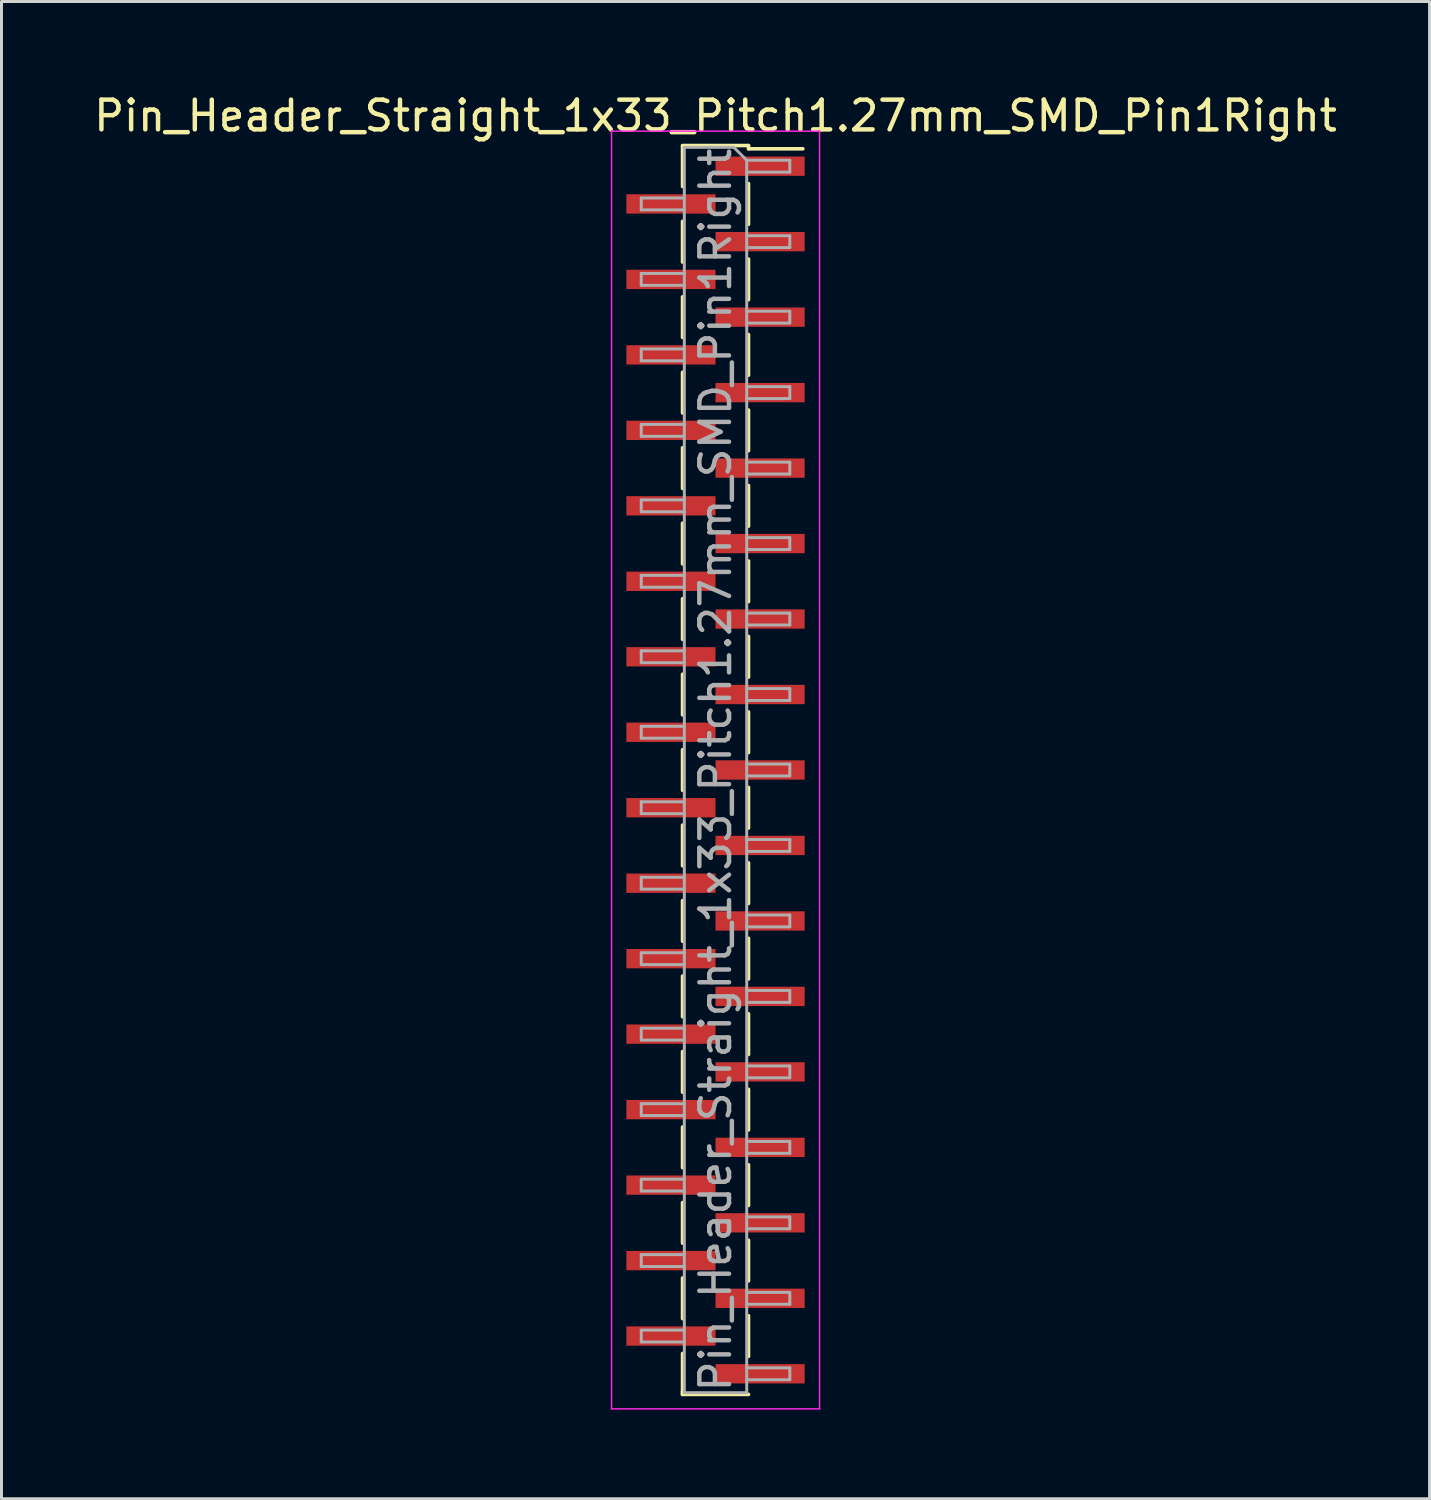
<source format=kicad_pcb>
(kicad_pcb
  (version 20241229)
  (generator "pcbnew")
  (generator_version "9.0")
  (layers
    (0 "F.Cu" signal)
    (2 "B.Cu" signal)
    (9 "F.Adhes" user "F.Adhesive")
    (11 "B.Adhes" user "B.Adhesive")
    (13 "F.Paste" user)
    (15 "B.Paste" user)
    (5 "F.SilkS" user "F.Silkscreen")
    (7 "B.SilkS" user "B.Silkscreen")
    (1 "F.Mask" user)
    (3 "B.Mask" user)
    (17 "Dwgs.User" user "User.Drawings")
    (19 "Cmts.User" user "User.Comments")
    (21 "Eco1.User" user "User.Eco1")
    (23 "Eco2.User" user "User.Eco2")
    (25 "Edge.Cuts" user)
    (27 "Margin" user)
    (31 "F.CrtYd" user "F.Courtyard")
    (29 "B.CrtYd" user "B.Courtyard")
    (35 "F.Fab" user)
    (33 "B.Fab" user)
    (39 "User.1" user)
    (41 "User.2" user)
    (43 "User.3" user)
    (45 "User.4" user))
  (footprint "Pin_Header_Straight_1x33_Pitch1.27mm_SMD_Pin1Right"
    (layer "F.Cu")
    (at 21.03 22.863)
    (property "Reference" "Pin_Header_Straight_1x33_Pitch1.27mm_SMD_Pin1Right" (at 0 -22.015 0) (layer "F.SilkS") (effects (font (size 1 1) (thickness 0.15))))
    (attr smd)
    (fp_line (start -1.11 -21.015) (end 1.11 -21.015) (stroke (width 0.12) (type solid)) (layer "F.SilkS"))
    (fp_line (start -1.11 -21.005) (end -1.11 -19.635) (stroke (width 0.12) (type solid)) (layer "F.SilkS"))
    (fp_line (start -1.11 -18.465) (end -1.11 -17.095) (stroke (width 0.12) (type solid)) (layer "F.SilkS"))
    (fp_line (start -1.11 -15.925) (end -1.11 -14.555) (stroke (width 0.12) (type solid)) (layer "F.SilkS"))
    (fp_line (start -1.11 -13.385) (end -1.11 -12.015) (stroke (width 0.12) (type solid)) (layer "F.SilkS"))
    (fp_line (start -1.11 -10.845) (end -1.11 -9.475) (stroke (width 0.12) (type solid)) (layer "F.SilkS"))
    (fp_line (start -1.11 -8.305) (end -1.11 -6.935) (stroke (width 0.12) (type solid)) (layer "F.SilkS"))
    (fp_line (start -1.11 -5.765) (end -1.11 -4.395) (stroke (width 0.12) (type solid)) (layer "F.SilkS"))
    (fp_line (start -1.11 -3.225) (end -1.11 -1.855) (stroke (width 0.12) (type solid)) (layer "F.SilkS"))
    (fp_line (start -1.11 -0.685) (end -1.11 0.685) (stroke (width 0.12) (type solid)) (layer "F.SilkS"))
    (fp_line (start -1.11 1.855) (end -1.11 3.225) (stroke (width 0.12) (type solid)) (layer "F.SilkS"))
    (fp_line (start -1.11 4.395) (end -1.11 5.765) (stroke (width 0.12) (type solid)) (layer "F.SilkS"))
    (fp_line (start -1.11 6.935) (end -1.11 8.305) (stroke (width 0.12) (type solid)) (layer "F.SilkS"))
    (fp_line (start -1.11 9.475) (end -1.11 10.845) (stroke (width 0.12) (type solid)) (layer "F.SilkS"))
    (fp_line (start -1.11 12.015) (end -1.11 13.385) (stroke (width 0.12) (type solid)) (layer "F.SilkS"))
    (fp_line (start -1.11 14.555) (end -1.11 15.925) (stroke (width 0.12) (type solid)) (layer "F.SilkS"))
    (fp_line (start -1.11 17.095) (end -1.11 18.465) (stroke (width 0.12) (type solid)) (layer "F.SilkS"))
    (fp_line (start -1.11 19.635) (end -1.11 21.005) (stroke (width 0.12) (type solid)) (layer "F.SilkS"))
    (fp_line (start -1.11 20.905) (end -1.11 21.015) (stroke (width 0.12) (type solid)) (layer "F.SilkS"))
    (fp_line (start -1.11 21.015) (end 1.11 21.015) (stroke (width 0.12) (type solid)) (layer "F.SilkS"))
    (fp_line (start 1.11 -21.015) (end 1.11 -20.905) (stroke (width 0.12) (type solid)) (layer "F.SilkS"))
    (fp_line (start 1.11 -20.905) (end 2.94 -20.905) (stroke (width 0.12) (type solid)) (layer "F.SilkS"))
    (fp_line (start 1.11 -19.735) (end 1.11 -18.365) (stroke (width 0.12) (type solid)) (layer "F.SilkS"))
    (fp_line (start 1.11 -17.195) (end 1.11 -15.825) (stroke (width 0.12) (type solid)) (layer "F.SilkS"))
    (fp_line (start 1.11 -14.655) (end 1.11 -13.285) (stroke (width 0.12) (type solid)) (layer "F.SilkS"))
    (fp_line (start 1.11 -12.115) (end 1.11 -10.745) (stroke (width 0.12) (type solid)) (layer "F.SilkS"))
    (fp_line (start 1.11 -9.575) (end 1.11 -8.205) (stroke (width 0.12) (type solid)) (layer "F.SilkS"))
    (fp_line (start 1.11 -7.035) (end 1.11 -5.665) (stroke (width 0.12) (type solid)) (layer "F.SilkS"))
    (fp_line (start 1.11 -4.495) (end 1.11 -3.125) (stroke (width 0.12) (type solid)) (layer "F.SilkS"))
    (fp_line (start 1.11 -1.955) (end 1.11 -0.585) (stroke (width 0.12) (type solid)) (layer "F.SilkS"))
    (fp_line (start 1.11 0.585) (end 1.11 1.955) (stroke (width 0.12) (type solid)) (layer "F.SilkS"))
    (fp_line (start 1.11 3.125) (end 1.11 4.495) (stroke (width 0.12) (type solid)) (layer "F.SilkS"))
    (fp_line (start 1.11 5.665) (end 1.11 7.035) (stroke (width 0.12) (type solid)) (layer "F.SilkS"))
    (fp_line (start 1.11 8.205) (end 1.11 9.575) (stroke (width 0.12) (type solid)) (layer "F.SilkS"))
    (fp_line (start 1.11 10.745) (end 1.11 12.115) (stroke (width 0.12) (type solid)) (layer "F.SilkS"))
    (fp_line (start 1.11 13.285) (end 1.11 14.655) (stroke (width 0.12) (type solid)) (layer "F.SilkS"))
    (fp_line (start 1.11 15.825) (end 1.11 17.195) (stroke (width 0.12) (type solid)) (layer "F.SilkS"))
    (fp_line (start 1.11 18.365) (end 1.11 19.735) (stroke (width 0.12) (type solid)) (layer "F.SilkS"))
    (fp_line (start -3.5 -21.5) (end -3.5 21.5) (stroke (width 0.05) (type solid)) (layer "F.CrtYd"))
    (fp_line (start -3.5 21.5) (end 3.5 21.5) (stroke (width 0.05) (type solid)) (layer "F.CrtYd"))
    (fp_line (start 3.5 -21.5) (end -3.5 -21.5) (stroke (width 0.05) (type solid)) (layer "F.CrtYd"))
    (fp_line (start 3.5 21.5) (end 3.5 -21.5) (stroke (width 0.05) (type solid)) (layer "F.CrtYd"))
    (fp_line (start -2.5 -19.25) (end -2.5 -18.85) (stroke (width 0.1) (type solid)) (layer "F.Fab"))
    (fp_line (start -2.5 -18.85) (end -1.05 -18.85) (stroke (width 0.1) (type solid)) (layer "F.Fab"))
    (fp_line (start -2.5 -16.71) (end -2.5 -16.31) (stroke (width 0.1) (type solid)) (layer "F.Fab"))
    (fp_line (start -2.5 -16.31) (end -1.05 -16.31) (stroke (width 0.1) (type solid)) (layer "F.Fab"))
    (fp_line (start -2.5 -14.17) (end -2.5 -13.77) (stroke (width 0.1) (type solid)) (layer "F.Fab"))
    (fp_line (start -2.5 -13.77) (end -1.05 -13.77) (stroke (width 0.1) (type solid)) (layer "F.Fab"))
    (fp_line (start -2.5 -11.63) (end -2.5 -11.23) (stroke (width 0.1) (type solid)) (layer "F.Fab"))
    (fp_line (start -2.5 -11.23) (end -1.05 -11.23) (stroke (width 0.1) (type solid)) (layer "F.Fab"))
    (fp_line (start -2.5 -9.09) (end -2.5 -8.69) (stroke (width 0.1) (type solid)) (layer "F.Fab"))
    (fp_line (start -2.5 -8.69) (end -1.05 -8.69) (stroke (width 0.1) (type solid)) (layer "F.Fab"))
    (fp_line (start -2.5 -6.55) (end -2.5 -6.15) (stroke (width 0.1) (type solid)) (layer "F.Fab"))
    (fp_line (start -2.5 -6.15) (end -1.05 -6.15) (stroke (width 0.1) (type solid)) (layer "F.Fab"))
    (fp_line (start -2.5 -4.01) (end -2.5 -3.61) (stroke (width 0.1) (type solid)) (layer "F.Fab"))
    (fp_line (start -2.5 -3.61) (end -1.05 -3.61) (stroke (width 0.1) (type solid)) (layer "F.Fab"))
    (fp_line (start -2.5 -1.47) (end -2.5 -1.07) (stroke (width 0.1) (type solid)) (layer "F.Fab"))
    (fp_line (start -2.5 -1.07) (end -1.05 -1.07) (stroke (width 0.1) (type solid)) (layer "F.Fab"))
    (fp_line (start -2.5 1.07) (end -2.5 1.47) (stroke (width 0.1) (type solid)) (layer "F.Fab"))
    (fp_line (start -2.5 1.47) (end -1.05 1.47) (stroke (width 0.1) (type solid)) (layer "F.Fab"))
    (fp_line (start -2.5 3.61) (end -2.5 4.01) (stroke (width 0.1) (type solid)) (layer "F.Fab"))
    (fp_line (start -2.5 4.01) (end -1.05 4.01) (stroke (width 0.1) (type solid)) (layer "F.Fab"))
    (fp_line (start -2.5 6.15) (end -2.5 6.55) (stroke (width 0.1) (type solid)) (layer "F.Fab"))
    (fp_line (start -2.5 6.55) (end -1.05 6.55) (stroke (width 0.1) (type solid)) (layer "F.Fab"))
    (fp_line (start -2.5 8.69) (end -2.5 9.09) (stroke (width 0.1) (type solid)) (layer "F.Fab"))
    (fp_line (start -2.5 9.09) (end -1.05 9.09) (stroke (width 0.1) (type solid)) (layer "F.Fab"))
    (fp_line (start -2.5 11.23) (end -2.5 11.63) (stroke (width 0.1) (type solid)) (layer "F.Fab"))
    (fp_line (start -2.5 11.63) (end -1.05 11.63) (stroke (width 0.1) (type solid)) (layer "F.Fab"))
    (fp_line (start -2.5 13.77) (end -2.5 14.17) (stroke (width 0.1) (type solid)) (layer "F.Fab"))
    (fp_line (start -2.5 14.17) (end -1.05 14.17) (stroke (width 0.1) (type solid)) (layer "F.Fab"))
    (fp_line (start -2.5 16.31) (end -2.5 16.71) (stroke (width 0.1) (type solid)) (layer "F.Fab"))
    (fp_line (start -2.5 16.71) (end -1.05 16.71) (stroke (width 0.1) (type solid)) (layer "F.Fab"))
    (fp_line (start -2.5 18.85) (end -2.5 19.25) (stroke (width 0.1) (type solid)) (layer "F.Fab"))
    (fp_line (start -2.5 19.25) (end -1.05 19.25) (stroke (width 0.1) (type solid)) (layer "F.Fab"))
    (fp_line (start -1.05 -20.955) (end -1.05 20.955) (stroke (width 0.1) (type solid)) (layer "F.Fab"))
    (fp_line (start -1.05 -20.955) (end 0.615 -20.955) (stroke (width 0.1) (type solid)) (layer "F.Fab"))
    (fp_line (start -1.05 -19.25) (end -2.5 -19.25) (stroke (width 0.1) (type solid)) (layer "F.Fab"))
    (fp_line (start -1.05 -16.71) (end -2.5 -16.71) (stroke (width 0.1) (type solid)) (layer "F.Fab"))
    (fp_line (start -1.05 -14.17) (end -2.5 -14.17) (stroke (width 0.1) (type solid)) (layer "F.Fab"))
    (fp_line (start -1.05 -11.63) (end -2.5 -11.63) (stroke (width 0.1) (type solid)) (layer "F.Fab"))
    (fp_line (start -1.05 -9.09) (end -2.5 -9.09) (stroke (width 0.1) (type solid)) (layer "F.Fab"))
    (fp_line (start -1.05 -6.55) (end -2.5 -6.55) (stroke (width 0.1) (type solid)) (layer "F.Fab"))
    (fp_line (start -1.05 -4.01) (end -2.5 -4.01) (stroke (width 0.1) (type solid)) (layer "F.Fab"))
    (fp_line (start -1.05 -1.47) (end -2.5 -1.47) (stroke (width 0.1) (type solid)) (layer "F.Fab"))
    (fp_line (start -1.05 1.07) (end -2.5 1.07) (stroke (width 0.1) (type solid)) (layer "F.Fab"))
    (fp_line (start -1.05 3.61) (end -2.5 3.61) (stroke (width 0.1) (type solid)) (layer "F.Fab"))
    (fp_line (start -1.05 6.15) (end -2.5 6.15) (stroke (width 0.1) (type solid)) (layer "F.Fab"))
    (fp_line (start -1.05 8.69) (end -2.5 8.69) (stroke (width 0.1) (type solid)) (layer "F.Fab"))
    (fp_line (start -1.05 11.23) (end -2.5 11.23) (stroke (width 0.1) (type solid)) (layer "F.Fab"))
    (fp_line (start -1.05 13.77) (end -2.5 13.77) (stroke (width 0.1) (type solid)) (layer "F.Fab"))
    (fp_line (start -1.05 16.31) (end -2.5 16.31) (stroke (width 0.1) (type solid)) (layer "F.Fab"))
    (fp_line (start -1.05 18.85) (end -2.5 18.85) (stroke (width 0.1) (type solid)) (layer "F.Fab"))
    (fp_line (start 1.05 -20.52) (end 0.615 -20.955) (stroke (width 0.1) (type solid)) (layer "F.Fab"))
    (fp_line (start 1.05 -20.52) (end 2.5 -20.52) (stroke (width 0.1) (type solid)) (layer "F.Fab"))
    (fp_line (start 1.05 -17.98) (end 2.5 -17.98) (stroke (width 0.1) (type solid)) (layer "F.Fab"))
    (fp_line (start 1.05 -15.44) (end 2.5 -15.44) (stroke (width 0.1) (type solid)) (layer "F.Fab"))
    (fp_line (start 1.05 -12.9) (end 2.5 -12.9) (stroke (width 0.1) (type solid)) (layer "F.Fab"))
    (fp_line (start 1.05 -10.36) (end 2.5 -10.36) (stroke (width 0.1) (type solid)) (layer "F.Fab"))
    (fp_line (start 1.05 -7.82) (end 2.5 -7.82) (stroke (width 0.1) (type solid)) (layer "F.Fab"))
    (fp_line (start 1.05 -5.28) (end 2.5 -5.28) (stroke (width 0.1) (type solid)) (layer "F.Fab"))
    (fp_line (start 1.05 -2.74) (end 2.5 -2.74) (stroke (width 0.1) (type solid)) (layer "F.Fab"))
    (fp_line (start 1.05 -0.2) (end 2.5 -0.2) (stroke (width 0.1) (type solid)) (layer "F.Fab"))
    (fp_line (start 1.05 2.34) (end 2.5 2.34) (stroke (width 0.1) (type solid)) (layer "F.Fab"))
    (fp_line (start 1.05 4.88) (end 2.5 4.88) (stroke (width 0.1) (type solid)) (layer "F.Fab"))
    (fp_line (start 1.05 7.42) (end 2.5 7.42) (stroke (width 0.1) (type solid)) (layer "F.Fab"))
    (fp_line (start 1.05 9.96) (end 2.5 9.96) (stroke (width 0.1) (type solid)) (layer "F.Fab"))
    (fp_line (start 1.05 12.5) (end 2.5 12.5) (stroke (width 0.1) (type solid)) (layer "F.Fab"))
    (fp_line (start 1.05 15.04) (end 2.5 15.04) (stroke (width 0.1) (type solid)) (layer "F.Fab"))
    (fp_line (start 1.05 17.58) (end 2.5 17.58) (stroke (width 0.1) (type solid)) (layer "F.Fab"))
    (fp_line (start 1.05 20.12) (end 2.5 20.12) (stroke (width 0.1) (type solid)) (layer "F.Fab"))
    (fp_line (start 1.05 20.955) (end -1.05 20.955) (stroke (width 0.1) (type solid)) (layer "F.Fab"))
    (fp_line (start 1.05 20.955) (end 1.05 -20.52) (stroke (width 0.1) (type solid)) (layer "F.Fab"))
    (fp_line (start 2.5 -20.52) (end 2.5 -20.12) (stroke (width 0.1) (type solid)) (layer "F.Fab"))
    (fp_line (start 2.5 -20.12) (end 1.05 -20.12) (stroke (width 0.1) (type solid)) (layer "F.Fab"))
    (fp_line (start 2.5 -17.98) (end 2.5 -17.58) (stroke (width 0.1) (type solid)) (layer "F.Fab"))
    (fp_line (start 2.5 -17.58) (end 1.05 -17.58) (stroke (width 0.1) (type solid)) (layer "F.Fab"))
    (fp_line (start 2.5 -15.44) (end 2.5 -15.04) (stroke (width 0.1) (type solid)) (layer "F.Fab"))
    (fp_line (start 2.5 -15.04) (end 1.05 -15.04) (stroke (width 0.1) (type solid)) (layer "F.Fab"))
    (fp_line (start 2.5 -12.9) (end 2.5 -12.5) (stroke (width 0.1) (type solid)) (layer "F.Fab"))
    (fp_line (start 2.5 -12.5) (end 1.05 -12.5) (stroke (width 0.1) (type solid)) (layer "F.Fab"))
    (fp_line (start 2.5 -10.36) (end 2.5 -9.96) (stroke (width 0.1) (type solid)) (layer "F.Fab"))
    (fp_line (start 2.5 -9.96) (end 1.05 -9.96) (stroke (width 0.1) (type solid)) (layer "F.Fab"))
    (fp_line (start 2.5 -7.82) (end 2.5 -7.42) (stroke (width 0.1) (type solid)) (layer "F.Fab"))
    (fp_line (start 2.5 -7.42) (end 1.05 -7.42) (stroke (width 0.1) (type solid)) (layer "F.Fab"))
    (fp_line (start 2.5 -5.28) (end 2.5 -4.88) (stroke (width 0.1) (type solid)) (layer "F.Fab"))
    (fp_line (start 2.5 -4.88) (end 1.05 -4.88) (stroke (width 0.1) (type solid)) (layer "F.Fab"))
    (fp_line (start 2.5 -2.74) (end 2.5 -2.34) (stroke (width 0.1) (type solid)) (layer "F.Fab"))
    (fp_line (start 2.5 -2.34) (end 1.05 -2.34) (stroke (width 0.1) (type solid)) (layer "F.Fab"))
    (fp_line (start 2.5 -0.2) (end 2.5 0.2) (stroke (width 0.1) (type solid)) (layer "F.Fab"))
    (fp_line (start 2.5 0.2) (end 1.05 0.2) (stroke (width 0.1) (type solid)) (layer "F.Fab"))
    (fp_line (start 2.5 2.34) (end 2.5 2.74) (stroke (width 0.1) (type solid)) (layer "F.Fab"))
    (fp_line (start 2.5 2.74) (end 1.05 2.74) (stroke (width 0.1) (type solid)) (layer "F.Fab"))
    (fp_line (start 2.5 4.88) (end 2.5 5.28) (stroke (width 0.1) (type solid)) (layer "F.Fab"))
    (fp_line (start 2.5 5.28) (end 1.05 5.28) (stroke (width 0.1) (type solid)) (layer "F.Fab"))
    (fp_line (start 2.5 7.42) (end 2.5 7.82) (stroke (width 0.1) (type solid)) (layer "F.Fab"))
    (fp_line (start 2.5 7.82) (end 1.05 7.82) (stroke (width 0.1) (type solid)) (layer "F.Fab"))
    (fp_line (start 2.5 9.96) (end 2.5 10.36) (stroke (width 0.1) (type solid)) (layer "F.Fab"))
    (fp_line (start 2.5 10.36) (end 1.05 10.36) (stroke (width 0.1) (type solid)) (layer "F.Fab"))
    (fp_line (start 2.5 12.5) (end 2.5 12.9) (stroke (width 0.1) (type solid)) (layer "F.Fab"))
    (fp_line (start 2.5 12.9) (end 1.05 12.9) (stroke (width 0.1) (type solid)) (layer "F.Fab"))
    (fp_line (start 2.5 15.04) (end 2.5 15.44) (stroke (width 0.1) (type solid)) (layer "F.Fab"))
    (fp_line (start 2.5 15.44) (end 1.05 15.44) (stroke (width 0.1) (type solid)) (layer "F.Fab"))
    (fp_line (start 2.5 17.58) (end 2.5 17.98) (stroke (width 0.1) (type solid)) (layer "F.Fab"))
    (fp_line (start 2.5 17.98) (end 1.05 17.98) (stroke (width 0.1) (type solid)) (layer "F.Fab"))
    (fp_line (start 2.5 20.12) (end 2.5 20.52) (stroke (width 0.1) (type solid)) (layer "F.Fab"))
    (fp_line (start 2.5 20.52) (end 1.05 20.52) (stroke (width 0.1) (type solid)) (layer "F.Fab"))
    (fp_text user "${REFERENCE}" (at 0 0 90) (layer "F.Fab") (effects (font (size 1 1) (thickness 0.15))))
    (pad "1" smd rect (at 1.5 -20.32) (size 3 0.65) (layers "F.Cu" "F.Mask" "F.Paste"))
    (pad "2" smd rect (at -1.5 -19.05) (size 3 0.65) (layers "F.Cu" "F.Mask" "F.Paste"))
    (pad "3" smd rect (at 1.5 -17.78) (size 3 0.65) (layers "F.Cu" "F.Mask" "F.Paste"))
    (pad "4" smd rect (at -1.5 -16.51) (size 3 0.65) (layers "F.Cu" "F.Mask" "F.Paste"))
    (pad "5" smd rect (at 1.5 -15.24) (size 3 0.65) (layers "F.Cu" "F.Mask" "F.Paste"))
    (pad "6" smd rect (at -1.5 -13.97) (size 3 0.65) (layers "F.Cu" "F.Mask" "F.Paste"))
    (pad "7" smd rect (at 1.5 -12.7) (size 3 0.65) (layers "F.Cu" "F.Mask" "F.Paste"))
    (pad "8" smd rect (at -1.5 -11.43) (size 3 0.65) (layers "F.Cu" "F.Mask" "F.Paste"))
    (pad "9" smd rect (at 1.5 -10.16) (size 3 0.65) (layers "F.Cu" "F.Mask" "F.Paste"))
    (pad "10" smd rect (at -1.5 -8.89) (size 3 0.65) (layers "F.Cu" "F.Mask" "F.Paste"))
    (pad "11" smd rect (at 1.5 -7.62) (size 3 0.65) (layers "F.Cu" "F.Mask" "F.Paste"))
    (pad "12" smd rect (at -1.5 -6.35) (size 3 0.65) (layers "F.Cu" "F.Mask" "F.Paste"))
    (pad "13" smd rect (at 1.5 -5.08) (size 3 0.65) (layers "F.Cu" "F.Mask" "F.Paste"))
    (pad "14" smd rect (at -1.5 -3.81) (size 3 0.65) (layers "F.Cu" "F.Mask" "F.Paste"))
    (pad "15" smd rect (at 1.5 -2.54) (size 3 0.65) (layers "F.Cu" "F.Mask" "F.Paste"))
    (pad "16" smd rect (at -1.5 -1.27) (size 3 0.65) (layers "F.Cu" "F.Mask" "F.Paste"))
    (pad "17" smd rect (at 1.5 0) (size 3 0.65) (layers "F.Cu" "F.Mask" "F.Paste"))
    (pad "18" smd rect (at -1.5 1.27) (size 3 0.65) (layers "F.Cu" "F.Mask" "F.Paste"))
    (pad "19" smd rect (at 1.5 2.54) (size 3 0.65) (layers "F.Cu" "F.Mask" "F.Paste"))
    (pad "20" smd rect (at -1.5 3.81) (size 3 0.65) (layers "F.Cu" "F.Mask" "F.Paste"))
    (pad "21" smd rect (at 1.5 5.08) (size 3 0.65) (layers "F.Cu" "F.Mask" "F.Paste"))
    (pad "22" smd rect (at -1.5 6.35) (size 3 0.65) (layers "F.Cu" "F.Mask" "F.Paste"))
    (pad "23" smd rect (at 1.5 7.62) (size 3 0.65) (layers "F.Cu" "F.Mask" "F.Paste"))
    (pad "24" smd rect (at -1.5 8.89) (size 3 0.65) (layers "F.Cu" "F.Mask" "F.Paste"))
    (pad "25" smd rect (at 1.5 10.16) (size 3 0.65) (layers "F.Cu" "F.Mask" "F.Paste"))
    (pad "26" smd rect (at -1.5 11.43) (size 3 0.65) (layers "F.Cu" "F.Mask" "F.Paste"))
    (pad "27" smd rect (at 1.5 12.7) (size 3 0.65) (layers "F.Cu" "F.Mask" "F.Paste"))
    (pad "28" smd rect (at -1.5 13.97) (size 3 0.65) (layers "F.Cu" "F.Mask" "F.Paste"))
    (pad "29" smd rect (at 1.5 15.24) (size 3 0.65) (layers "F.Cu" "F.Mask" "F.Paste"))
    (pad "30" smd rect (at -1.5 16.51) (size 3 0.65) (layers "F.Cu" "F.Mask" "F.Paste"))
    (pad "31" smd rect (at 1.5 17.78) (size 3 0.65) (layers "F.Cu" "F.Mask" "F.Paste"))
    (pad "32" smd rect (at -1.5 19.05) (size 3 0.65) (layers "F.Cu" "F.Mask" "F.Paste"))
    (pad "33" smd rect (at 1.5 20.32) (size 3 0.65) (layers "F.Cu" "F.Mask" "F.Paste")))
  (gr_rect
    (start -3 -3)
    (end 45.06 47.388)
    (stroke (width 0.1) (type default))
    (fill no)
    (layer "Edge.Cuts")))
</source>
